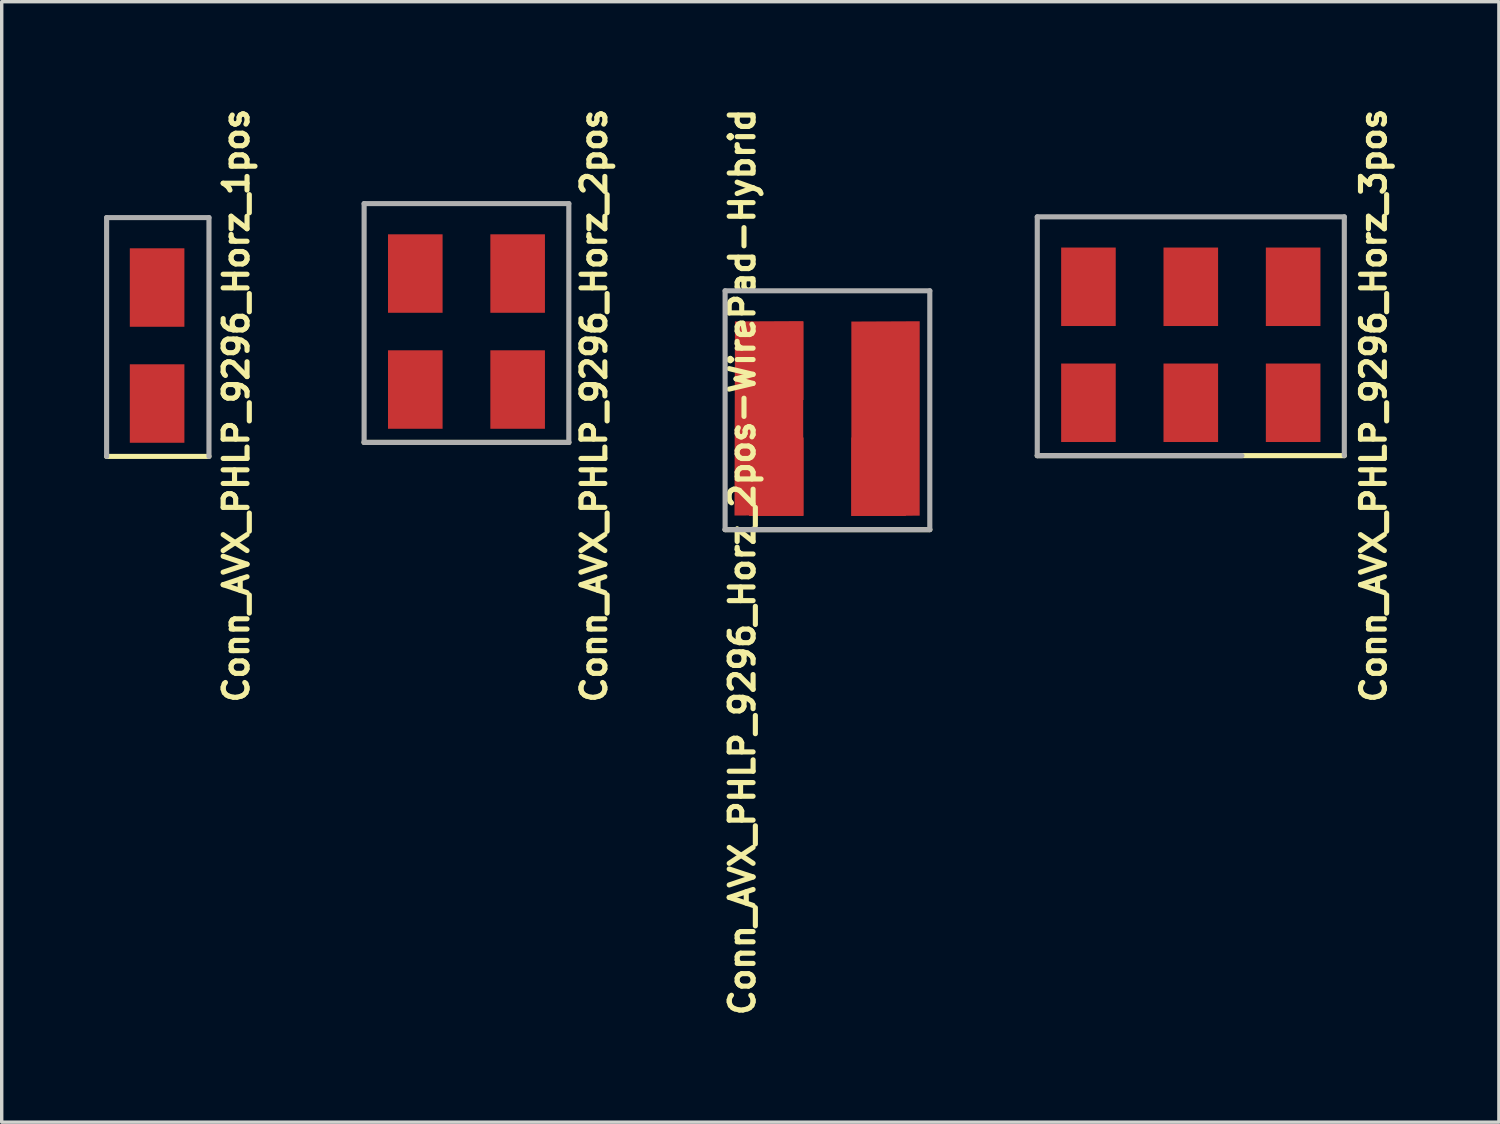
<source format=kicad_pcb>
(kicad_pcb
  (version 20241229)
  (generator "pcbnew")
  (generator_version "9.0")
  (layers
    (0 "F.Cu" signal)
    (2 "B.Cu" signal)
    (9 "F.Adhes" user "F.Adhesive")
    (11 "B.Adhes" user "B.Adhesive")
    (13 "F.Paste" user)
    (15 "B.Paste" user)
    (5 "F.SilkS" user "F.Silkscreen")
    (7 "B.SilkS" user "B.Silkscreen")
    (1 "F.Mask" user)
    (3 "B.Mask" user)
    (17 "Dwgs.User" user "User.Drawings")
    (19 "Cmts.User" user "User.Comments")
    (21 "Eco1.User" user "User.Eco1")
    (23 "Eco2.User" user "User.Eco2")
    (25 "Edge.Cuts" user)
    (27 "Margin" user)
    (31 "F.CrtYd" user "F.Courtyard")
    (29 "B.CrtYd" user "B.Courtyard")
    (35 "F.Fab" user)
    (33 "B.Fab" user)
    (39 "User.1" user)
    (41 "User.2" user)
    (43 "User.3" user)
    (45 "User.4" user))
  (footprint "Conn_AVX_PHLP_9296_Horz_3pos"
    (layer "F.Cu")
    (at 31.874 6.826)
    (property "Reference" "Conn_AVX_PHLP_9296_Horz_3pos" (at 5.338 2.012 90) (layer "F.SilkS") (effects (font (size 0.7 0.7) (thickness 0.15))))
    (attr through_hole)
    (fp_line (start -4.52 3.48) (end 4.48 3.48) (stroke (width 0.15) (type solid)) (layer "F.SilkS"))
    (fp_line (start -4.52 -3.52) (end 4.48 -3.52) (stroke (width 0.15) (type solid)) (layer "F.Fab"))
    (fp_line (start -4.52 3.48) (end -4.52 -3.52) (stroke (width 0.15) (type solid)) (layer "F.Fab"))
    (fp_line (start 1.48 3.48) (end -4.52 3.48) (stroke (width 0.15) (type solid)) (layer "F.Fab"))
    (fp_line (start 4.48 -3.52) (end 4.48 3.48) (stroke (width 0.15) (type solid)) (layer "F.Fab"))
    (pad "1" smd rect (at -3.02 -1.47) (size 1.6 2.3) (layers "F.Cu" "F.Mask" "F.Paste"))
    (pad "1" smd rect (at -3.02 1.93) (size 1.6 2.3) (layers "F.Cu" "F.Mask" "F.Paste"))
    (pad "2" smd rect (at -0.02 -1.47) (size 1.6 2.3) (layers "F.Cu" "F.Mask" "F.Paste"))
    (pad "2" smd rect (at -0.02 1.93) (size 1.6 2.3) (layers "F.Cu" "F.Mask" "F.Paste"))
    (pad "3" smd rect (at 2.98 -1.47) (size 1.6 2.3) (layers "F.Cu" "F.Mask" "F.Paste"))
    (pad "3" smd rect (at 2.98 1.93) (size 1.6 2.3) (layers "F.Cu" "F.Mask" "F.Paste")))
  (footprint "Conn_AVX_PHLP_9296_Horz_1pos"
    (layer "F.Cu")
    (at 1.575 6.848)
    (property "Reference" "Conn_AVX_PHLP_9296_Horz_1pos" (at 2.3 1.99 90) (layer "F.SilkS") (effects (font (size 0.7 0.7) (thickness 0.15))))
    (attr through_hole)
    (fp_line (start -1.5 3.48) (end 1.5 3.48) (stroke (width 0.15) (type solid)) (layer "F.SilkS"))
    (fp_line (start -1.5 -3.52) (end 1.5 -3.52) (stroke (width 0.15) (type solid)) (layer "F.Fab"))
    (fp_line (start -1.5 3.48) (end -1.5 -3.52) (stroke (width 0.15) (type solid)) (layer "F.Fab"))
    (fp_line (start 1.5 -3.52) (end 1.5 3.48) (stroke (width 0.15) (type solid)) (layer "F.Fab"))
    (pad "1" smd rect (at -0.02 -1.47) (size 1.6 2.3) (layers "F.Cu" "F.Mask" "F.Paste"))
    (pad "1" smd rect (at -0.02 1.93) (size 1.6 2.3) (layers "F.Cu" "F.Mask" "F.Paste")))
  (footprint "Conn_AVX_PHLP_9296_Horz_2pos"
    (layer "F.Cu")
    (at 10.623 6.418)
    (property "Reference" "Conn_AVX_PHLP_9296_Horz_2pos" (at 3.74 2.42 90) (layer "F.SilkS") (effects (font (size 0.7 0.7) (thickness 0.15))))
    (attr smd)
    (fp_line (start -3 3.5) (end 3 3.5) (stroke (width 0.15) (type solid)) (layer "F.SilkS"))
    (fp_line (start -3 -3.5) (end 3 -3.5) (stroke (width 0.15) (type solid)) (layer "F.Fab"))
    (fp_line (start -3 3.5) (end -3 -3.5) (stroke (width 0.15) (type solid)) (layer "F.Fab"))
    (fp_line (start 3 -3.5) (end 3 3.5) (stroke (width 0.15) (type solid)) (layer "F.Fab"))
    (fp_line (start 3 3.5) (end -3 3.5) (stroke (width 0.15) (type solid)) (layer "F.Fab"))
    (pad "1" smd rect (at -1.5 -1.45) (size 1.6 2.3) (layers "F.Cu" "F.Mask" "F.Paste"))
    (pad "1" smd rect (at -1.5 1.95) (size 1.6 2.3) (layers "F.Cu" "F.Mask" "F.Paste"))
    (pad "2" smd rect (at 1.5 -1.45) (size 1.6 2.3) (layers "F.Cu" "F.Mask" "F.Paste"))
    (pad "2" smd rect (at 1.5 1.95) (size 1.6 2.3) (layers "F.Cu" "F.Mask" "F.Paste")))
  (footprint "Conn_AVX_PHLP_9296_Horz_2pos-WirePad-Hybrid"
    (layer "F.Cu")
    (at 21.204 8.974)
    (property "Reference" "Conn_AVX_PHLP_9296_Horz_2pos-WirePad-Hybrid" (at -2.496 4.448 90) (layer "F.SilkS") (effects (font (size 0.7 0.7) (thickness 0.15))))
    (attr smd)
    (fp_line (start -3 3.5) (end 3 3.5) (stroke (width 0.15) (type solid)) (layer "F.SilkS"))
    (fp_poly (pts (xy -2.642 -2.603) (xy -0.711 -2.603) (xy -0.711 -0.32) (xy -2.642 -0.32)) (stroke (width 0.002) (type solid)) (fill yes) (layer "F.Paste"))
    (fp_poly (pts (xy -2.637 0.815) (xy -0.706 0.815) (xy -0.706 3.099) (xy -2.637 3.099)) (stroke (width 0.002) (type solid)) (fill yes) (layer "F.Paste"))
    (fp_poly (pts (xy 0.772 -2.588) (xy 2.703 -2.588) (xy 2.703 -0.305) (xy 0.772 -0.305)) (stroke (width 0.002) (type solid)) (fill yes) (layer "F.Paste"))
    (fp_poly (pts (xy 0.772 0.803) (xy 2.703 0.803) (xy 2.703 3.086) (xy 0.772 3.086)) (stroke (width 0.002) (type solid)) (fill yes) (layer "F.Paste"))
    (fp_line (start -3 -3.5) (end 3 -3.5) (stroke (width 0.15) (type solid)) (layer "F.Fab"))
    (fp_line (start -3 3.5) (end -3 -3.5) (stroke (width 0.15) (type solid)) (layer "F.Fab"))
    (fp_line (start 3 -3.5) (end 3 3.5) (stroke (width 0.15) (type solid)) (layer "F.Fab"))
    (fp_line (start 3 3.5) (end -3 3.5) (stroke (width 0.15) (type solid)) (layer "F.Fab"))
    (pad "1" smd custom (at -1.5 -1.45) (size 1.6 2.3) (layers "F.Cu" "F.Mask") (options (anchor rect)) (primitives (gr_poly (pts (xy 0.789 4.526) (xy -1.224 4.537) (xy -1.211 -1.152) (xy 0.789 -1.161)) (width 0.002) (fill yes))))
    (pad "1" smd rect (at -1.5 1.95) (size 1.6 2.3) (layers "F.Cu" "F.Mask"))
    (pad "2" smd custom (at 1.5 -1.45) (size 1.6 2.3) (layers "F.Cu" "F.Mask") (options (anchor rect)) (primitives (gr_poly (pts (xy -0.798 -1.148) (xy 1.203 -1.157) (xy 1.202 4.54) (xy -0.799 4.549)) (width 0.002) (fill yes))))
    (pad "2" smd rect (at 1.5 1.95) (size 1.6 2.3) (layers "F.Cu" "F.Mask")))
  (gr_rect
    (start -3 -3)
    (end 40.885 29.843)
    (stroke (width 0.1) (type default))
    (fill no)
    (layer "Edge.Cuts")))
</source>
